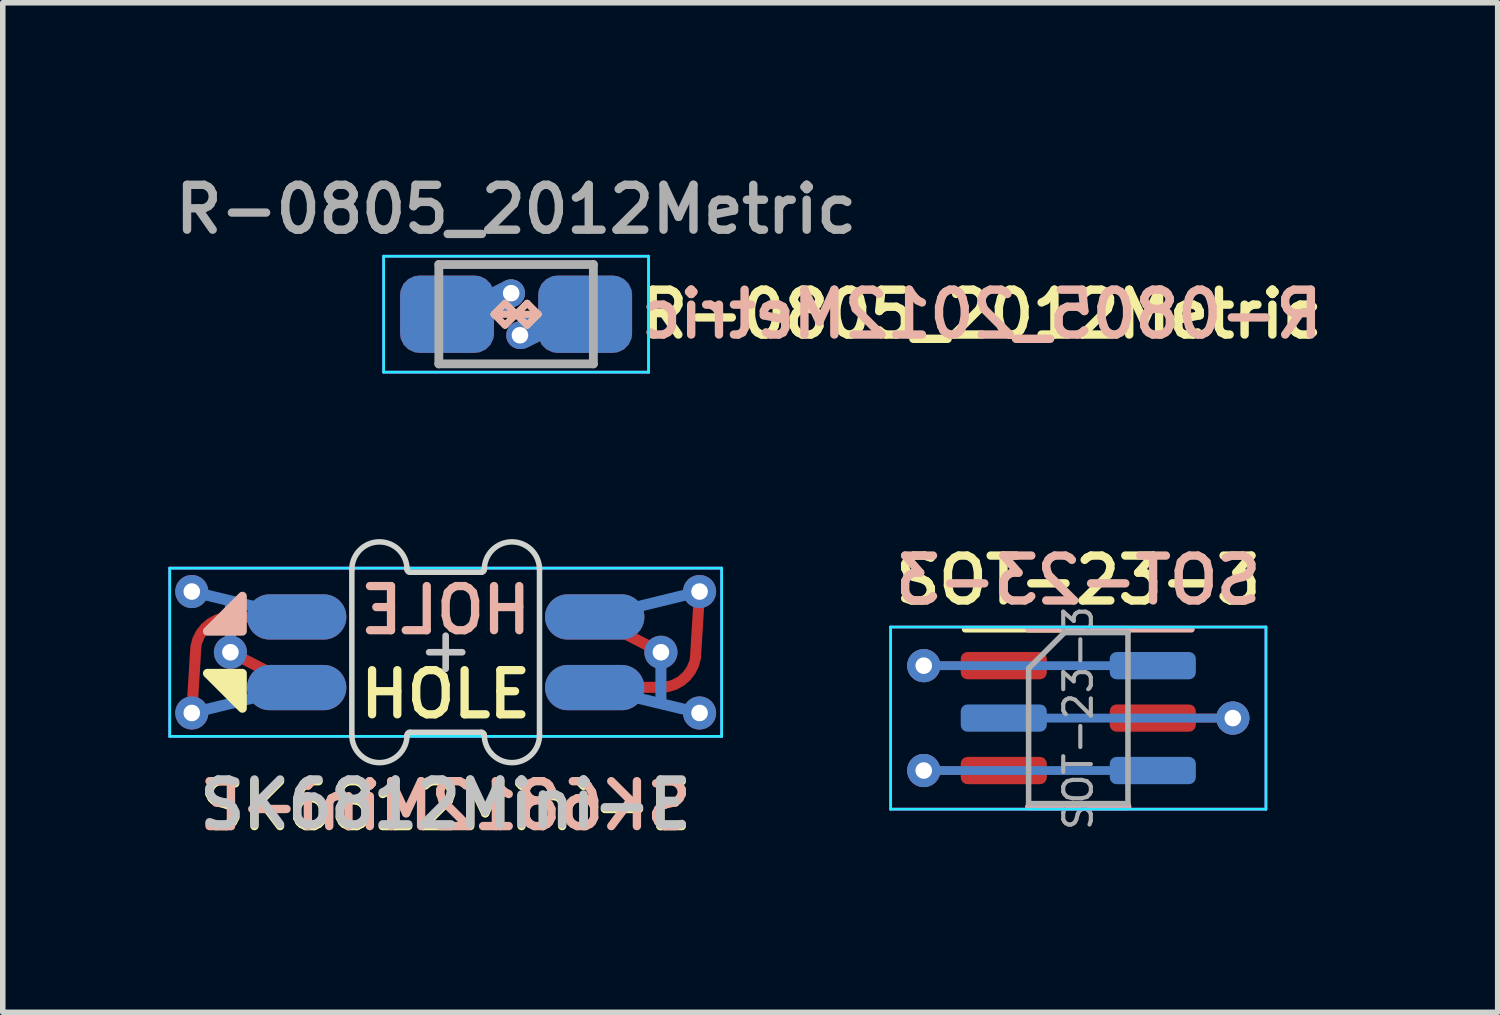
<source format=kicad_pcb>
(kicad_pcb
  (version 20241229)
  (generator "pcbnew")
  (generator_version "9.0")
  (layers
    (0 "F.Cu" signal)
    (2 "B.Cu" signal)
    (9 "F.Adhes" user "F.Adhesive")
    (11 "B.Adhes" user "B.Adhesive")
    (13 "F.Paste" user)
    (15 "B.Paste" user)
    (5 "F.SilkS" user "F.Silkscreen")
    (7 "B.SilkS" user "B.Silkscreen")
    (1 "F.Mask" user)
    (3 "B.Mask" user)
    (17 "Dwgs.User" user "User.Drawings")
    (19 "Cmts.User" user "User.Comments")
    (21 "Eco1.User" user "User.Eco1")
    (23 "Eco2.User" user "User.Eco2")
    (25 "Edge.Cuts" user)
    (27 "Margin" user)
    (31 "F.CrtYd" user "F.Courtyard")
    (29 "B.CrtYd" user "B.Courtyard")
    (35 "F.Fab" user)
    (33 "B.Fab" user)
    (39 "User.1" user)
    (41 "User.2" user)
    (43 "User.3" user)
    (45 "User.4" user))
  (footprint "SOT-23-3"
    (layer "F.Cu")
    (at 16.487 9.961)
    (property "Reference" "SOT-23-3" (at 0 -2.5 0) (layer "F.SilkS") (effects (font (size 0.813 0.813) (thickness 0.152))))
    (attr smd)
    (fp_line (start -0.9 1.61) (end 0.9 1.61) (stroke (width 0.12) (type solid)) (layer "F.SilkS"))
    (fp_line (start 0.9 -1.61) (end -2.05 -1.61) (stroke (width 0.12) (type solid)) (layer "F.SilkS"))
    (fp_line (start -0.9 -1.61) (end 2.05 -1.61) (stroke (width 0.12) (type solid)) (layer "B.SilkS"))
    (fp_line (start -0.9 1.6) (end 0.9 1.6) (stroke (width 0.12) (type solid)) (layer "B.SilkS"))
    (fp_line (start -3.4 -1.65) (end 3.4 -1.65) (stroke (width 0.05) (type solid)) (layer "B.CrtYd"))
    (fp_line (start -3.4 1.65) (end -3.4 -1.65) (stroke (width 0.05) (type solid)) (layer "B.CrtYd"))
    (fp_line (start 3.4 -1.65) (end 3.4 1.65) (stroke (width 0.05) (type solid)) (layer "B.CrtYd"))
    (fp_line (start 3.4 1.65) (end -3.4 1.65) (stroke (width 0.05) (type solid)) (layer "B.CrtYd"))
    (fp_line (start -3.4 -1.65) (end 3.4 -1.65) (stroke (width 0.05) (type solid)) (layer "F.CrtYd"))
    (fp_line (start -3.4 1.65) (end -3.4 -1.65) (stroke (width 0.05) (type solid)) (layer "F.CrtYd"))
    (fp_line (start 3.4 -1.65) (end 3.4 1.65) (stroke (width 0.05) (type solid)) (layer "F.CrtYd"))
    (fp_line (start 3.4 1.65) (end -3.4 1.65) (stroke (width 0.05) (type solid)) (layer "F.CrtYd"))
    (fp_line (start -0.9 -0.9) (end -0.9 1.55) (stroke (width 0.1) (type solid)) (layer "F.Fab"))
    (fp_line (start -0.9 -0.9) (end -0.25 -1.55) (stroke (width 0.1) (type solid)) (layer "F.Fab"))
    (fp_line (start 0.9 -1.55) (end -0.25 -1.55) (stroke (width 0.1) (type solid)) (layer "F.Fab"))
    (fp_line (start 0.9 -1.55) (end 0.9 1.55) (stroke (width 0.1) (type solid)) (layer "F.Fab"))
    (fp_line (start 0.9 1.55) (end -0.9 1.55) (stroke (width 0.1) (type solid)) (layer "F.Fab"))
    (fp_text user "${REFERENCE}" (at 0 -2.5 0) (layer "B.SilkS") (effects (font (size 0.813 0.813) (thickness 0.152)) (justify mirror)))
    (fp_text user "${REFERENCE}" (at 0 0 90) (layer "F.Fab") (effects (font (size 0.5 0.5) (thickness 0.075))))
    (pad "1" thru_hole circle (at -2.8 -0.95) (size 0.6 0.6) (drill 0.3) (layers "*.Cu"))
    (pad "1" smd custom (at -2.8 -0.95) (size 0.6 0.6) (layers "F.Cu") (options (anchor circle)) (primitives (gr_line (start 0 0) (end 1.2 0) (width 0.16)) (gr_line (start 0.9 0) (end 2 0) (width 0.4))))
    (pad "1" smd custom (at -2.8 -0.95) (size 0.6 0.6) (layers "B.Cu") (options (anchor circle)) (primitives (gr_line (start 0 0) (end 0.675 0) (width 0.16)) (gr_line (start 0.675 0) (end 3.2 0) (width 0.16)) (gr_line (start 3.2 0) (end 3.875 0) (width 0.16)) (gr_line (start 3.6 0) (end 4.7 0) (width 0.4))))
    (pad "1" smd roundrect (at -1.35 -0.95) (size 1.56 0.495) (layers "F.Cu" "F.Mask" "F.Paste") (roundrect_rratio 0.25))
    (pad "1" smd roundrect (at 1.35 -0.95) (size 1.56 0.495) (layers "B.Cu" "B.Mask" "B.Paste") (roundrect_rratio 0.25))
    (pad "2" thru_hole circle (at -2.8 0.95) (size 0.6 0.6) (drill 0.3) (layers "*.Cu"))
    (pad "2" smd custom (at -2.8 0.95) (size 0.6 0.6) (layers "F.Cu") (options (anchor circle)) (primitives (gr_line (start 0 0) (end 1.2 0) (width 0.16)) (gr_line (start 0.9 0) (end 2 0) (width 0.4))))
    (pad "2" smd custom (at -2.8 0.95) (size 0.6 0.6) (layers "B.Cu") (options (anchor circle)) (primitives (gr_line (start 0 0) (end 3.2 0) (width 0.16)) (gr_line (start 3.2 0) (end 3.875 0) (width 0.16)) (gr_line (start 3.6 0) (end 4.7 0) (width 0.4))))
    (pad "2" smd roundrect (at -1.35 0.95) (size 1.56 0.495) (layers "F.Cu" "F.Mask" "F.Paste") (roundrect_rratio 0.25))
    (pad "2" smd roundrect (at 1.35 0.95) (size 1.56 0.495) (layers "B.Cu" "B.Mask" "B.Paste") (roundrect_rratio 0.25))
    (pad "3" smd roundrect (at -1.35 0) (size 1.56 0.495) (layers "B.Cu" "B.Mask" "B.Paste") (roundrect_rratio 0.25))
    (pad "3" smd roundrect (at 1.35 0) (size 1.56 0.495) (layers "F.Cu" "F.Mask" "F.Paste") (roundrect_rratio 0.25))
    (pad "3" thru_hole circle (at 2.8 0) (size 0.6 0.6) (drill 0.3) (layers "*.Cu"))
    (pad "3" smd custom (at 2.8 0) (size 0.6 0.6) (layers "F.Cu") (options (anchor circle)) (primitives (gr_line (start 0 0) (end -1.2 0) (width 0.16)) (gr_line (start -2 0) (end -0.9 0) (width 0.4))))
    (pad "3" smd custom (at 2.8 0) (size 0.6 0.6) (layers "B.Cu") (options (anchor circle)) (primitives (gr_line (start -4 0) (end 0 0) (width 0.16)) (gr_line (start -4.7 0) (end -3.6 0) (width 0.4)))))
  (footprint "R-0805_2012Metric"
    (layer "F.Cu")
    (at 6.301 2.643)
    (property "Reference" "R-0805_2012Metric" (at 2.182 0 0) (layer "F.SilkS") (effects (font (size 0.813 0.813) (thickness 0.152)) (justify left)))
    (attr smd)
    (fp_line (start -0.4 0) (end -0.2 0.2) (stroke (width 0.12) (type solid)) (layer "F.SilkS"))
    (fp_line (start -0.4 0) (end 0.4 0) (stroke (width 0.12) (type solid)) (layer "F.SilkS"))
    (fp_line (start -0.2 -0.2) (end -0.4 0) (stroke (width 0.12) (type solid)) (layer "F.SilkS"))
    (fp_line (start -0.2 0.2) (end 0 0) (stroke (width 0.12) (type solid)) (layer "F.SilkS"))
    (fp_line (start 0 0) (end -0.2 -0.2) (stroke (width 0.12) (type solid)) (layer "F.SilkS"))
    (fp_line (start 0 0) (end 0.2 0.2) (stroke (width 0.12) (type solid)) (layer "F.SilkS"))
    (fp_line (start 0.2 -0.2) (end 0 0) (stroke (width 0.12) (type solid)) (layer "F.SilkS"))
    (fp_line (start 0.2 0.2) (end 0.4 0) (stroke (width 0.12) (type solid)) (layer "F.SilkS"))
    (fp_line (start 0.4 0) (end 0.2 -0.2) (stroke (width 0.12) (type solid)) (layer "F.SilkS"))
    (fp_line (start -0.4 0) (end -0.2 -0.2) (stroke (width 0.12) (type solid)) (layer "B.SilkS"))
    (fp_line (start -0.4 0) (end 0.4 0) (stroke (width 0.12) (type solid)) (layer "B.SilkS"))
    (fp_line (start -0.2 -0.2) (end 0 0) (stroke (width 0.12) (type solid)) (layer "B.SilkS"))
    (fp_line (start -0.2 0.2) (end -0.4 0) (stroke (width 0.12) (type solid)) (layer "B.SilkS"))
    (fp_line (start 0 0) (end -0.2 0.2) (stroke (width 0.12) (type solid)) (layer "B.SilkS"))
    (fp_line (start 0 0) (end 0.2 -0.2) (stroke (width 0.12) (type solid)) (layer "B.SilkS"))
    (fp_line (start 0.2 -0.2) (end 0.4 0) (stroke (width 0.12) (type solid)) (layer "B.SilkS"))
    (fp_line (start 0.2 0.2) (end 0 0) (stroke (width 0.12) (type solid)) (layer "B.SilkS"))
    (fp_line (start 0.4 0) (end 0.2 0.2) (stroke (width 0.12) (type solid)) (layer "B.SilkS"))
    (fp_line (start -2.4 -1.05) (end -2.4 1.05) (stroke (width 0.05) (type solid)) (layer "B.CrtYd"))
    (fp_line (start -2.4 -1.05) (end 2.4 -1.05) (stroke (width 0.05) (type solid)) (layer "B.CrtYd"))
    (fp_line (start 2.4 -1.05) (end 2.4 1.05) (stroke (width 0.05) (type solid)) (layer "B.CrtYd"))
    (fp_line (start 2.4 1.05) (end -2.4 1.05) (stroke (width 0.05) (type solid)) (layer "B.CrtYd"))
    (fp_line (start -2.4 -1.05) (end -2.4 1.05) (stroke (width 0.05) (type solid)) (layer "F.CrtYd"))
    (fp_line (start -2.4 -1.05) (end 2.4 -1.05) (stroke (width 0.05) (type solid)) (layer "F.CrtYd"))
    (fp_line (start 2.4 -1.05) (end 2.4 1.05) (stroke (width 0.05) (type solid)) (layer "F.CrtYd"))
    (fp_line (start 2.4 1.05) (end -2.4 1.05) (stroke (width 0.05) (type solid)) (layer "F.CrtYd"))
    (fp_line (start -1.4 -0.9) (end 1.4 -0.9) (stroke (width 0.16) (type solid)) (layer "F.Fab"))
    (fp_line (start -1.4 0.9) (end -1.4 -0.9) (stroke (width 0.16) (type solid)) (layer "F.Fab"))
    (fp_line (start 1.4 -0.9) (end 1.4 0.9) (stroke (width 0.16) (type solid)) (layer "F.Fab"))
    (fp_line (start 1.4 0.9) (end -1.4 0.9) (stroke (width 0.16) (type solid)) (layer "F.Fab"))
    (fp_text user "${REFERENCE}" (at 2.182 0 0) (layer "B.SilkS") (effects (font (size 0.813 0.813) (thickness 0.152)) (justify right mirror)))
    (fp_text user "${REFERENCE}" (at 0 -1.9 0) (layer "F.Fab") (effects (font (size 0.813 0.813) (thickness 0.152))))
    (pad "1" smd roundrect (at -1.251 0) (size 1.701 1.4) (layers "F.Cu" "F.Mask" "F.Paste") (roundrect_rratio 0.25))
    (pad "1" smd roundrect (at -1.251 0) (size 1.701 1.4) (layers "B.Cu" "B.Mask" "B.Paste") (roundrect_rratio 0.25))
    (pad "1" smd custom (at -0.851 0) (size 0.01 0.01) (layers "F.Cu") (options (anchor circle)) (primitives (gr_line (start 0.762 -0.381) (end 0 0) (width 0.5))))
    (pad "1" smd custom (at -0.851 0) (size 0.01 0.01) (layers "B.Cu") (options (anchor circle)) (primitives (gr_line (start 0.762 -0.381) (end 0 0) (width 0.5))))
    (pad "1" thru_hole circle (at -0.089 -0.381) (size 0.5 0.5) (drill 0.3) (layers "*.Cu"))
    (pad "2" thru_hole circle (at 0.07 0.381) (size 0.5 0.5) (drill 0.3) (layers "*.Cu"))
    (pad "2" smd custom (at 0.851 0) (size 0.01 0.01) (layers "F.Cu") (options (anchor circle)) (primitives (gr_line (start -0.761 0.381) (end 0.001 0) (width 0.5))))
    (pad "2" smd custom (at 0.851 0) (size 0.01 0.01) (layers "B.Cu") (options (anchor circle)) (primitives (gr_line (start -0.761 0.381) (end 0.001 0) (width 0.5))))
    (pad "2" smd roundrect (at 1.251 0) (size 1.701 1.4) (layers "F.Cu" "F.Mask" "F.Paste") (roundrect_rratio 0.25))
    (pad "2" smd roundrect (at 1.251 0) (size 1.701 1.4) (layers "B.Cu" "B.Mask" "B.Paste") (roundrect_rratio 0.25)))
  (footprint "SK6812Mini-E"
    (layer "F.Cu")
    (at 5.025 8.768)
    (property "Reference" "SK6812Mini-E" (at 0 2.75 0) (layer "Dwgs.User") (effects (font (size 0.813 0.813) (thickness 0.152))))
    (attr through_hole)
    (fp_poly (pts (xy -4.318 0.381) (xy -3.683 0.381) (xy -3.683 1.016)) (stroke (width 0.16) (type solid)) (fill yes) (layer "F.SilkS"))
    (fp_poly (pts (xy -3.683 -1.016) (xy -3.683 -0.381) (xy -4.318 -0.381)) (stroke (width 0.16) (type solid)) (fill yes) (layer "B.SilkS"))
    (fp_line (start -0.3 0) (end 0.3 0) (stroke (width 0.12) (type solid)) (layer "Dwgs.User"))
    (fp_line (start 0 0.3) (end 0 -0.3) (stroke (width 0.12) (type solid)) (layer "Dwgs.User"))
    (fp_line (start -1.7 -1.5) (end -1.7 1.5) (stroke (width 0.1) (type solid)) (layer "Edge.Cuts"))
    (fp_line (start -0.65 -1.45) (end 0.65 -1.45) (stroke (width 0.1) (type solid)) (layer "Edge.Cuts"))
    (fp_line (start -0.65 1.45) (end 0.65 1.45) (stroke (width 0.1) (type solid)) (layer "Edge.Cuts"))
    (fp_line (start 1.7 1.5) (end 1.7 -1.5) (stroke (width 0.1) (type solid)) (layer "Edge.Cuts"))
    (fp_arc (start -1.7 -1.5) (mid -1.2 -2) (end -0.7 -1.5) (stroke (width 0.1) (type solid)) (layer "Edge.Cuts"))
    (fp_arc (start -0.7 1.5) (mid -1.2 2) (end -1.7 1.5) (stroke (width 0.1) (type solid)) (layer "Edge.Cuts"))
    (fp_arc (start -0.7 1.5) (mid -0.685355 1.464645) (end -0.65 1.45) (stroke (width 0.1) (type solid)) (layer "Edge.Cuts"))
    (fp_arc (start -0.65 -1.45) (mid -0.685355 -1.464645) (end -0.7 -1.5) (stroke (width 0.1) (type solid)) (layer "Edge.Cuts"))
    (fp_arc (start 0.65 1.45) (mid 0.685355 1.464645) (end 0.7 1.5) (stroke (width 0.1) (type solid)) (layer "Edge.Cuts"))
    (fp_arc (start 0.7 -1.5) (mid 0.685355 -1.464645) (end 0.65 -1.45) (stroke (width 0.1) (type solid)) (layer "Edge.Cuts"))
    (fp_arc (start 0.7 -1.5) (mid 1.2 -2) (end 1.7 -1.5) (stroke (width 0.1) (type solid)) (layer "Edge.Cuts"))
    (fp_arc (start 1.7 1.5) (mid 1.2 2) (end 0.7 1.5) (stroke (width 0.1) (type solid)) (layer "Edge.Cuts"))
    (fp_line (start -5 -1.524) (end 5 -1.524) (stroke (width 0.05) (type solid)) (layer "B.CrtYd"))
    (fp_line (start -5 1.524) (end -5 -1.524) (stroke (width 0.05) (type solid)) (layer "B.CrtYd"))
    (fp_line (start 5 -1.524) (end 5 1.524) (stroke (width 0.05) (type solid)) (layer "B.CrtYd"))
    (fp_line (start 5 1.524) (end -5 1.524) (stroke (width 0.05) (type solid)) (layer "B.CrtYd"))
    (fp_line (start -5 -1.524) (end -5 1.524) (stroke (width 0.05) (type solid)) (layer "F.CrtYd"))
    (fp_line (start -5 -1.524) (end 5 -1.524) (stroke (width 0.05) (type solid)) (layer "F.CrtYd"))
    (fp_line (start 5 -1.524) (end 5 1.524) (stroke (width 0.05) (type solid)) (layer "F.CrtYd"))
    (fp_line (start 5 1.524) (end -5 1.524) (stroke (width 0.05) (type solid)) (layer "F.CrtYd"))
    (fp_text user "HOLE" (at 0 0.762 0) (layer "F.SilkS") (effects (font (size 0.8 0.8) (thickness 0.15))))
    (fp_text user "${REFERENCE}" (at 0 2.781 0) (layer "F.SilkS") (effects (font (size 0.813 0.813) (thickness 0.152))))
    (fp_text user "HOLE" (at 0 -0.762 0) (layer "B.SilkS") (effects (font (size 0.8 0.8) (thickness 0.15)) (justify mirror)))
    (fp_text user "${REFERENCE}" (at 0 2.781 0) (layer "B.SilkS") (effects (font (size 0.813 0.813) (thickness 0.152)) (justify mirror)))
    (pad "1" smd custom (at 2.7 -0.64 180) (size 0.01 0.01) (layers "F.Cu") (options (anchor circle)) (primitives (gr_line (start -1.2 -0.64) (end 0.033 -0.005) (width 0.2))))
    (pad "1" smd oval (at 2.7 -0.64) (size 1.8 0.82) (layers "F.Cu" "F.Mask" "F.Paste"))
    (pad "1" smd custom (at 2.7 0.64 180) (size 0.01 0.01) (layers "B.Cu") (options (anchor circle)) (primitives (gr_line (start 0.033 0.005) (end -1.9 -0.46) (width 0.2)) (gr_line (start -1.2 0.64) (end -1.2 -0.26) (width 0.2))))
    (pad "1" smd oval (at 2.7 0.64) (size 1.8 0.82) (layers "B.Cu" "B.Mask" "B.Paste"))
    (pad "1" thru_hole circle (at 3.9 0 180) (size 0.6 0.6) (drill 0.3) (layers "*.Cu"))
    (pad "1" thru_hole circle (at 4.6 1.1 180) (size 0.6 0.6) (drill 0.3) (layers "*.Cu"))
    (pad "2" smd custom (at 2.7 -0.64 180) (size 0.01 0.01) (layers "B.Cu") (options (anchor circle)) (primitives (gr_line (start -1.9 0.46) (end 0 -0.005) (width 0.2))))
    (pad "2" smd oval (at 2.7 -0.64) (size 1.8 0.82) (layers "B.Cu" "B.Mask" "B.Paste"))
    (pad "2" smd custom (at 2.7 0.64 180) (size 0.01 0.01) (layers "F.Cu") (options (anchor circle)) (primitives (gr_arc (start -1.826182 0.540664) (mid -1.611399 0.157142) (end -1.199 0.005) (width 0.2)) (gr_line (start -1.826 0.541) (end -1.9 1.74) (width 0.2)) (gr_line (start -1.199 0.005) (end 0 0.005) (width 0.2))))
    (pad "2" smd oval (at 2.7 0.64) (size 1.8 0.82) (layers "F.Cu" "F.Mask" "F.Paste"))
    (pad "2" thru_hole circle (at 4.6 -1.1 180) (size 0.6 0.6) (drill 0.3) (layers "*.Cu"))
    (pad "3" thru_hole circle (at -4.6 -1.1) (size 0.6 0.6) (drill 0.3) (layers "*.Cu"))
    (pad "3" thru_hole circle (at -3.9 0) (size 0.6 0.6) (drill 0.3) (layers "*.Cu"))
    (pad "3" smd custom (at -2.7 -0.64) (size 0.01 0.01) (layers "B.Cu") (options (anchor circle)) (primitives (gr_line (start 0.033 0.005) (end -1.9 -0.46) (width 0.2)) (gr_line (start -1.2 0.64) (end -1.2 -0.26) (width 0.2))))
    (pad "3" smd oval (at -2.7 -0.64) (size 1.8 0.82) (layers "B.Cu" "B.Mask" "B.Paste"))
    (pad "3" smd custom (at -2.7 0.64) (size 0.01 0.01) (layers "F.Cu") (options (anchor circle)) (primitives (gr_line (start -1.2 -0.64) (end 0.033 -0.005) (width 0.2))))
    (pad "3" smd oval (at -2.7 0.64) (size 1.8 0.82) (layers "F.Cu" "F.Mask" "F.Paste"))
    (pad "4" thru_hole circle (at -4.6 1.1) (size 0.6 0.6) (drill 0.3) (layers "*.Cu"))
    (pad "4" smd custom (at -2.7 -0.64) (size 0.01 0.01) (layers "F.Cu") (options (anchor circle)) (primitives (gr_arc (start -1.826182 0.540664) (mid -1.611399 0.157142) (end -1.199 0.005) (width 0.2)) (gr_line (start -1.826 0.541) (end -1.9 1.74) (width 0.2)) (gr_line (start -1.199 0.005) (end 0 0.005) (width 0.2))))
    (pad "4" smd oval (at -2.7 -0.64) (size 1.8 0.82) (layers "F.Cu" "F.Mask" "F.Paste"))
    (pad "4" smd custom (at -2.7 0.64) (size 0.01 0.01) (layers "B.Cu") (options (anchor circle)) (primitives (gr_line (start -1.9 0.46) (end 0 -0.005) (width 0.2))))
    (pad "4" smd oval (at -2.7 0.64) (size 1.8 0.82) (layers "B.Cu" "B.Mask" "B.Paste")))
  (gr_rect
    (start -3 -3)
    (end 24.086 15.292)
    (stroke (width 0.1) (type default))
    (fill no)
    (layer "Edge.Cuts")))
</source>
